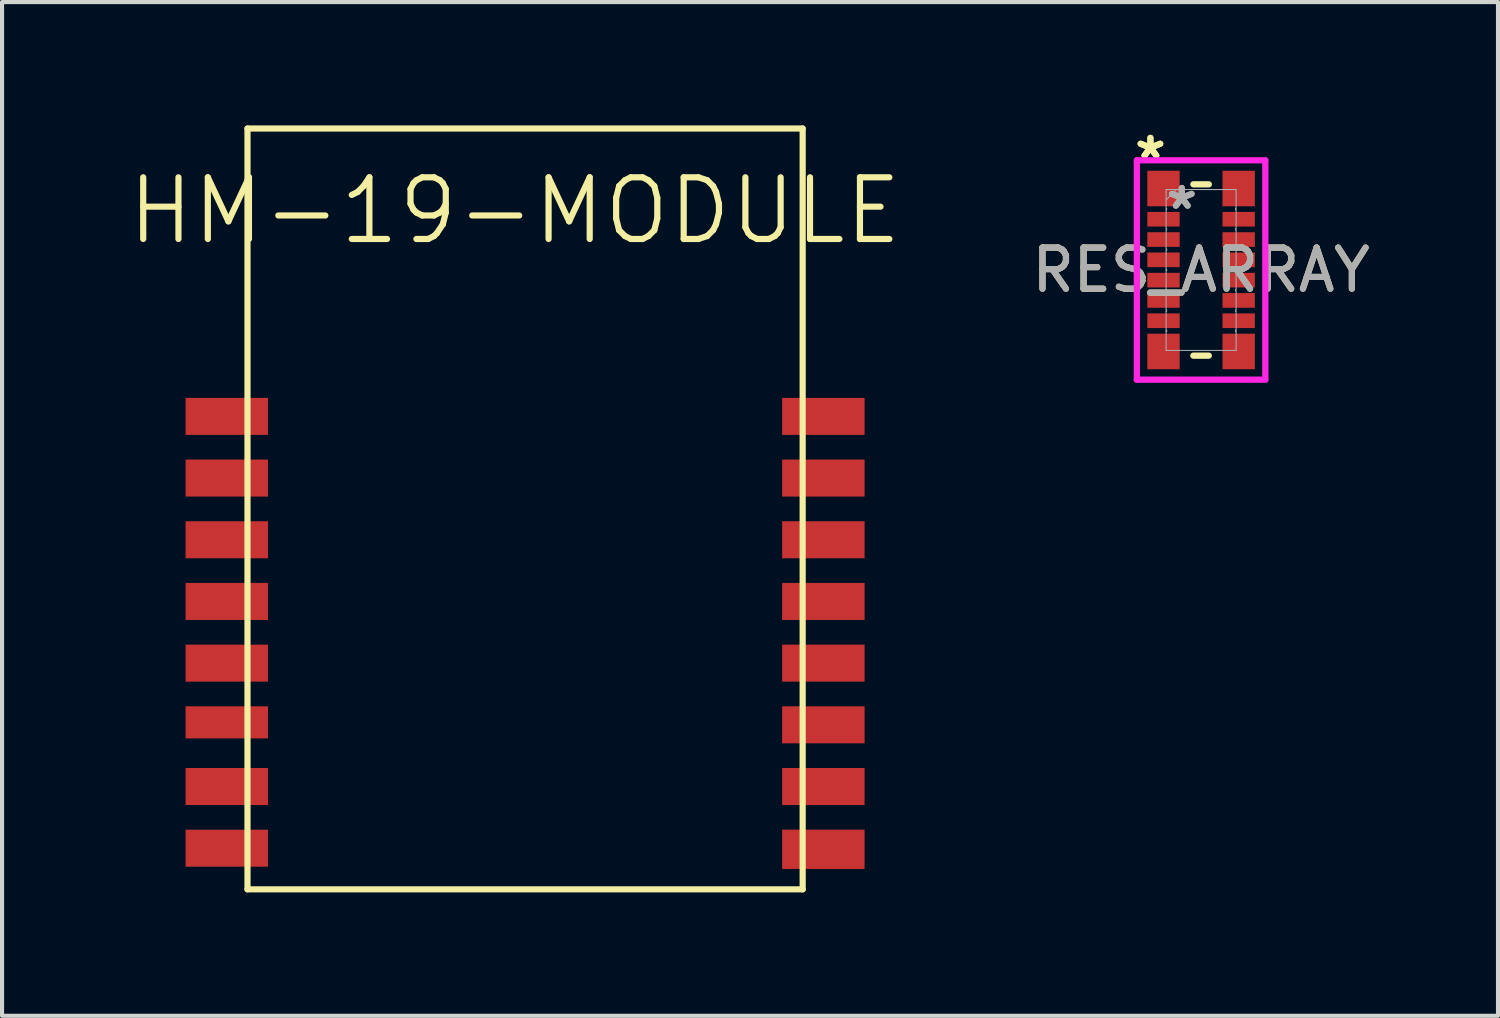
<source format=kicad_pcb>
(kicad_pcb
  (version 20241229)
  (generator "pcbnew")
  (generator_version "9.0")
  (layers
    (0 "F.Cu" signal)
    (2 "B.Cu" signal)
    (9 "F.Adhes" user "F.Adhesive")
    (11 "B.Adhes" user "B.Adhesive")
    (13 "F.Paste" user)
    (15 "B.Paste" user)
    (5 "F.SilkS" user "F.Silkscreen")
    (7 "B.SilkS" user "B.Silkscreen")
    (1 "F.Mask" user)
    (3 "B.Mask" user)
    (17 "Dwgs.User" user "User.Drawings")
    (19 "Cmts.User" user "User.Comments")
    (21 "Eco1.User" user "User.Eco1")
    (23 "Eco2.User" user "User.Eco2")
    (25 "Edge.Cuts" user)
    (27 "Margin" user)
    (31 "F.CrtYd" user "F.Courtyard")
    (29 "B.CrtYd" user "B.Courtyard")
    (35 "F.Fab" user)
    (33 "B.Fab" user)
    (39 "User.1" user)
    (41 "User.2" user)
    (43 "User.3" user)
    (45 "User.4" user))
  (footprint "HM-19-MODULE"
    (layer "F.Cu")
    (at 9.718 9.825)
    (property "Reference" "HM-19-MODULE" (at -0.25 -7.75 0) (layer "F.SilkS") (effects (font (size 1.5 1.5) (thickness 0.15))))
    (attr through_hole)
    (fp_line (start -6.75 -9.75) (end 6.75 -9.75) (stroke (width 0.15) (type solid)) (layer "F.SilkS"))
    (fp_line (start -6.75 8.75) (end -6.75 -9.75) (stroke (width 0.15) (type solid)) (layer "F.SilkS"))
    (fp_line (start 6.75 -9.75) (end 6.75 8.75) (stroke (width 0.15) (type solid)) (layer "F.SilkS"))
    (fp_line (start 6.75 8.75) (end -6.75 8.75) (stroke (width 0.15) (type solid)) (layer "F.SilkS"))
    (pad "1" smd rect (at -7.253 -2.75) (size 2.005 0.9) (layers "F.Cu" "F.Mask" "F.Paste"))
    (pad "2" smd rect (at -7.253 -1.25) (size 2.005 0.9) (layers "F.Cu" "F.Mask" "F.Paste"))
    (pad "3" smd rect (at -7.253 0.25) (size 2.005 0.9) (layers "F.Cu" "F.Mask" "F.Paste"))
    (pad "4" smd rect (at -7.253 1.75) (size 2.005 0.9) (layers "F.Cu" "F.Mask" "F.Paste"))
    (pad "5" smd rect (at -7.253 3.25) (size 2.005 0.9) (layers "F.Cu" "F.Mask" "F.Paste"))
    (pad "6" smd rect (at -7.253 4.69) (size 2.005 0.78) (layers "F.Cu" "F.Mask" "F.Paste"))
    (pad "7" smd rect (at -7.253 6.25) (size 2.005 0.9) (layers "F.Cu" "F.Mask" "F.Paste"))
    (pad "8" smd rect (at -7.253 7.75) (size 2.005 0.9) (layers "F.Cu" "F.Mask" "F.Paste"))
    (pad "9" smd rect (at 7.253 7.777) (size 2.005 0.955) (layers "F.Cu" "F.Mask" "F.Paste"))
    (pad "10" smd rect (at 7.253 6.25) (size 2.005 0.9) (layers "F.Cu" "F.Mask" "F.Paste"))
    (pad "11" smd rect (at 7.253 4.75) (size 2.005 0.9) (layers "F.Cu" "F.Mask" "F.Paste"))
    (pad "12" smd rect (at 7.253 3.25) (size 2.005 0.9) (layers "F.Cu" "F.Mask" "F.Paste"))
    (pad "13" smd rect (at 7.253 1.75) (size 2.005 0.9) (layers "F.Cu" "F.Mask" "F.Paste"))
    (pad "14" smd rect (at 7.253 0.25) (size 2.005 0.9) (layers "F.Cu" "F.Mask" "F.Paste"))
    (pad "15" smd rect (at 7.253 -1.25) (size 2.005 0.9) (layers "F.Cu" "F.Mask" "F.Paste"))
    (pad "16" smd rect (at 7.253 -2.75) (size 2.005 0.9) (layers "F.Cu" "F.Mask" "F.Paste")))
  (footprint "RES_ARRAY"
    (layer "F.Cu")
    (at 26.156 3.515)
    (property "Reference" "RES_ARRAY" (at 0 0 0) (unlocked yes) (layer "F.SilkS") (effects (font (size 1 1) (thickness 0.15))))
    (attr smd)
    (fp_line (start -0.188 -2.083) (end 0.188 -2.083) (stroke (width 0.152) (type solid)) (layer "F.SilkS"))
    (fp_line (start -0.188 2.083) (end 0.188 2.083) (stroke (width 0.152) (type solid)) (layer "F.SilkS"))
    (fp_line (start -1.562 -2.667) (end 1.562 -2.667) (stroke (width 0.152) (type solid)) (layer "F.CrtYd"))
    (fp_line (start -1.562 2.667) (end -1.562 -2.667) (stroke (width 0.152) (type solid)) (layer "F.CrtYd"))
    (fp_line (start 1.562 -2.667) (end 1.562 2.667) (stroke (width 0.152) (type solid)) (layer "F.CrtYd"))
    (fp_line (start 1.562 2.667) (end -1.562 2.667) (stroke (width 0.152) (type solid)) (layer "F.CrtYd"))
    (fp_line (start -0.851 -1.956) (end 0.851 -1.956) (stroke (width 0.025) (type solid)) (layer "F.Fab"))
    (fp_line (start -0.851 -1.499) (end -0.851 -1.956) (stroke (width 0.025) (type solid)) (layer "F.Fab"))
    (fp_line (start -0.851 -1.462) (end -0.851 -1.005) (stroke (width 0.025) (type solid)) (layer "F.Fab"))
    (fp_line (start -0.851 -0.969) (end -0.851 -0.512) (stroke (width 0.025) (type solid)) (layer "F.Fab"))
    (fp_line (start -0.851 -0.475) (end -0.851 -0.018) (stroke (width 0.025) (type solid)) (layer "F.Fab"))
    (fp_line (start -0.851 0.018) (end -0.851 0.475) (stroke (width 0.025) (type solid)) (layer "F.Fab"))
    (fp_line (start -0.851 0.512) (end -0.851 0.969) (stroke (width 0.025) (type solid)) (layer "F.Fab"))
    (fp_line (start -0.851 1.005) (end -0.851 1.463) (stroke (width 0.025) (type solid)) (layer "F.Fab"))
    (fp_line (start -0.851 1.499) (end -0.851 1.956) (stroke (width 0.025) (type solid)) (layer "F.Fab"))
    (fp_line (start -0.851 1.499) (end -0.851 1.499) (stroke (width 0.025) (type solid)) (layer "F.Fab"))
    (fp_line (start -0.851 1.956) (end 0.851 1.956) (stroke (width 0.025) (type solid)) (layer "F.Fab"))
    (fp_line (start -0.597 -1.956) (end -0.851 -1.702) (stroke (width 0.025) (type solid)) (layer "F.Fab"))
    (fp_line (start 0.851 -1.499) (end 0.851 -1.956) (stroke (width 0.025) (type solid)) (layer "F.Fab"))
    (fp_line (start 0.851 -1.462) (end 0.851 -1.005) (stroke (width 0.025) (type solid)) (layer "F.Fab"))
    (fp_line (start 0.851 -0.969) (end 0.851 -0.512) (stroke (width 0.025) (type solid)) (layer "F.Fab"))
    (fp_line (start 0.851 -0.475) (end 0.851 -0.018) (stroke (width 0.025) (type solid)) (layer "F.Fab"))
    (fp_line (start 0.851 0.018) (end 0.851 0.475) (stroke (width 0.025) (type solid)) (layer "F.Fab"))
    (fp_line (start 0.851 0.512) (end 0.851 0.969) (stroke (width 0.025) (type solid)) (layer "F.Fab"))
    (fp_line (start 0.851 1.005) (end 0.851 1.463) (stroke (width 0.025) (type solid)) (layer "F.Fab"))
    (fp_line (start 0.851 1.499) (end 0.851 1.956) (stroke (width 0.025) (type solid)) (layer "F.Fab"))
    (fp_line (start 0.851 1.499) (end 0.851 1.499) (stroke (width 0.025) (type solid)) (layer "F.Fab"))
    (fp_arc (start -0.8509 -1.4986) (mid -0.832739 -1.480439) (end -0.8509 -1.462278) (stroke (width 0.0254) (type solid)) (layer "F.Fab"))
    (fp_arc (start -0.8509 -1.005078) (mid -0.832739 -0.986917) (end -0.8509 -0.968756) (stroke (width 0.0254) (type solid)) (layer "F.Fab"))
    (fp_arc (start -0.8509 -0.511556) (mid -0.832739 -0.493395) (end -0.8509 -0.475234) (stroke (width 0.0254) (type solid)) (layer "F.Fab"))
    (fp_arc (start -0.8509 -0.018034) (mid -0.832739 0.000127) (end -0.8509 0.018288) (stroke (width 0.0254) (type solid)) (layer "F.Fab"))
    (fp_arc (start -0.8509 0.475488) (mid -0.832739 0.493649) (end -0.8509 0.51181) (stroke (width 0.0254) (type solid)) (layer "F.Fab"))
    (fp_arc (start -0.8509 0.96901) (mid -0.832739 0.987171) (end -0.8509 1.005332) (stroke (width 0.0254) (type solid)) (layer "F.Fab"))
    (fp_arc (start -0.8509 1.462532) (mid -0.832739 1.480693) (end -0.8509 1.498854) (stroke (width 0.0254) (type solid)) (layer "F.Fab"))
    (fp_arc (start 0.8509 -1.462278) (mid 0.832739 -1.480439) (end 0.8509 -1.4986) (stroke (width 0.0254) (type solid)) (layer "F.Fab"))
    (fp_arc (start 0.8509 -0.968756) (mid 0.832739 -0.986917) (end 0.8509 -1.005078) (stroke (width 0.0254) (type solid)) (layer "F.Fab"))
    (fp_arc (start 0.8509 -0.475234) (mid 0.832739 -0.493395) (end 0.8509 -0.511556) (stroke (width 0.0254) (type solid)) (layer "F.Fab"))
    (fp_arc (start 0.8509 0.018288) (mid 0.832739 0.000127) (end 0.8509 -0.018034) (stroke (width 0.0254) (type solid)) (layer "F.Fab"))
    (fp_arc (start 0.8509 0.51181) (mid 0.832739 0.493649) (end 0.8509 0.475488) (stroke (width 0.0254) (type solid)) (layer "F.Fab"))
    (fp_arc (start 0.8509 1.005332) (mid 0.832739 0.987171) (end 0.8509 0.96901) (stroke (width 0.0254) (type solid)) (layer "F.Fab"))
    (fp_arc (start 0.8509 1.498854) (mid 0.832739 1.480693) (end 0.8509 1.462532) (stroke (width 0.0254) (type solid)) (layer "F.Fab"))
    (fp_text user "*" (at -1.232 -2.667 0) (unlocked yes) (layer "F.SilkS") (effects (font (size 1 1) (thickness 0.15))))
    (fp_text user "*" (at -1.232 -2.667 0) (layer "F.SilkS") (effects (font (size 1 1) (thickness 0.15))))
    (fp_text user "${REFERENCE}" (at 0 0 0) (unlocked yes) (layer "F.Fab") (effects (font (size 1 1) (thickness 0.15))))
    (fp_text user "*" (at -0.47 -1.448 0) (unlocked yes) (layer "F.Fab") (effects (font (size 1 1) (thickness 0.15))))
    (fp_text user "*" (at -0.47 -1.448 0) (layer "F.Fab") (effects (font (size 1 1) (thickness 0.15))))
    (pad "1" smd rect (at -0.914 -1.981) (size 0.787 0.864) (layers "F.Cu" "F.Mask" "F.Paste"))
    (pad "2" smd rect (at -0.914 -1.234) (size 0.787 0.356) (layers "F.Cu" "F.Mask" "F.Paste"))
    (pad "3" smd rect (at -0.914 -0.74) (size 0.787 0.356) (layers "F.Cu" "F.Mask" "F.Paste"))
    (pad "4" smd rect (at -0.914 -0.247) (size 0.787 0.356) (layers "F.Cu" "F.Mask" "F.Paste"))
    (pad "5" smd rect (at -0.914 0.247) (size 0.787 0.356) (layers "F.Cu" "F.Mask" "F.Paste"))
    (pad "6" smd rect (at -0.914 0.74) (size 0.787 0.356) (layers "F.Cu" "F.Mask" "F.Paste"))
    (pad "7" smd rect (at -0.914 1.234) (size 0.787 0.356) (layers "F.Cu" "F.Mask" "F.Paste"))
    (pad "8" smd rect (at -0.914 1.981) (size 0.787 0.864) (layers "F.Cu" "F.Mask" "F.Paste"))
    (pad "9" smd rect (at 0.914 1.981) (size 0.787 0.864) (layers "F.Cu" "F.Mask" "F.Paste"))
    (pad "10" smd rect (at 0.914 1.234) (size 0.787 0.356) (layers "F.Cu" "F.Mask" "F.Paste"))
    (pad "11" smd rect (at 0.914 0.74) (size 0.787 0.356) (layers "F.Cu" "F.Mask" "F.Paste"))
    (pad "12" smd rect (at 0.914 0.247) (size 0.787 0.356) (layers "F.Cu" "F.Mask" "F.Paste"))
    (pad "13" smd rect (at 0.914 -0.247) (size 0.787 0.356) (layers "F.Cu" "F.Mask" "F.Paste"))
    (pad "14" smd rect (at 0.914 -0.74) (size 0.787 0.356) (layers "F.Cu" "F.Mask" "F.Paste"))
    (pad "15" smd rect (at 0.914 -1.234) (size 0.787 0.356) (layers "F.Cu" "F.Mask" "F.Paste"))
    (pad "16" smd rect (at 0.914 -1.981) (size 0.787 0.864) (layers "F.Cu" "F.Mask" "F.Paste")))
  (gr_rect
    (start -3 -3)
    (end 33.376 21.65)
    (stroke (width 0.1) (type default))
    (fill no)
    (layer "Edge.Cuts")))
</source>
